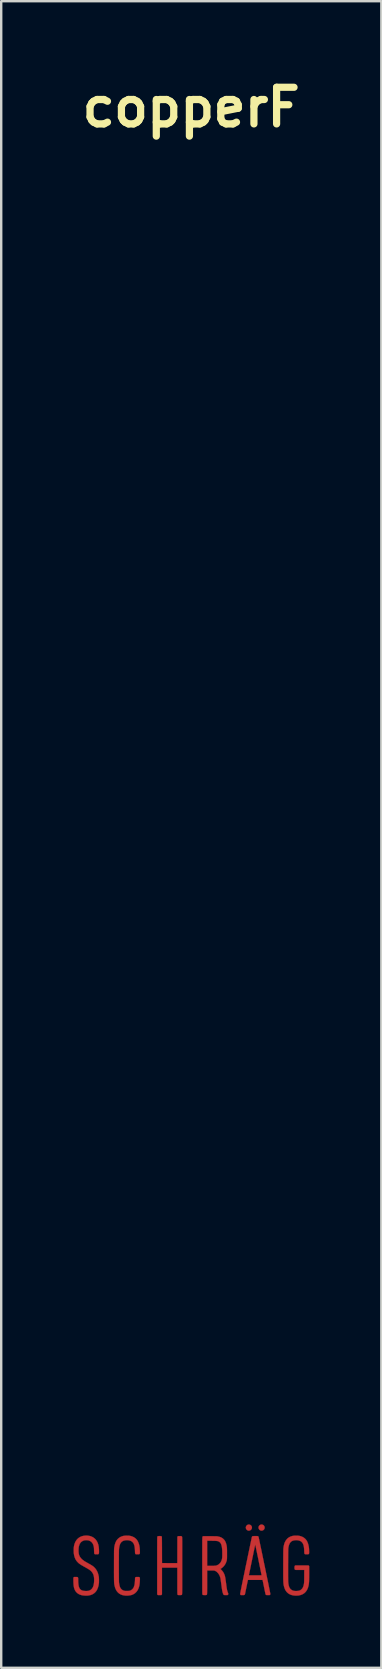
<source format=kicad_pcb>
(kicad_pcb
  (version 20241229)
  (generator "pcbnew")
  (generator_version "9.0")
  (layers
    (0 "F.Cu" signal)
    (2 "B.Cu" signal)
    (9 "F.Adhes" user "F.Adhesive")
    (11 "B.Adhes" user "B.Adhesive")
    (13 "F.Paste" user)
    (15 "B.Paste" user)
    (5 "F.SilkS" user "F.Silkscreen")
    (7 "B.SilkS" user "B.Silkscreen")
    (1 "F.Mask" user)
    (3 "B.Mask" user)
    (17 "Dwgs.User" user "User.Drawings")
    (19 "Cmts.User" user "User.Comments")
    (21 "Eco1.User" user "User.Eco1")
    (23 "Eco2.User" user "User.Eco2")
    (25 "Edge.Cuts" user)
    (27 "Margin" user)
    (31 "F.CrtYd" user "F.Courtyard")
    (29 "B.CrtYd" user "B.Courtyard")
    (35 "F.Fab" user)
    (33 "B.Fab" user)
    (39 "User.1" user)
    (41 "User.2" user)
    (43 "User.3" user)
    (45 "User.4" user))
  (footprint "copperF"
    (layer "F.Cu")
    (at 4.907 1.418)
    (property "Reference" "copperF" (at 0 0 0) (layer "F.SilkS") (effects (font (size 1.524 1.524) (thickness 0.3))))
    (attr through_hole)
    (fp_poly (pts (xy 2.425 58.991) (xy 2.453 59) (xy 2.478 59.015) (xy 2.501 59.036) (xy 2.518 59.063) (xy 2.52 59.067) (xy 2.527 59.091) (xy 2.529 59.117) (xy 2.526 59.144) (xy 2.52 59.166) (xy 2.504 59.192) (xy 2.483 59.214) (xy 2.457 59.23) (xy 2.429 59.241) (xy 2.399 59.244) (xy 2.374 59.241) (xy 2.344 59.23) (xy 2.319 59.213) (xy 2.299 59.191) (xy 2.285 59.166) (xy 2.277 59.138) (xy 2.275 59.11) (xy 2.28 59.081) (xy 2.291 59.054) (xy 2.31 59.029) (xy 2.313 59.026) (xy 2.338 59.007) (xy 2.366 58.994) (xy 2.395 58.989) (xy 2.425 58.991)) (stroke (width 0.01) (type solid)) (fill yes) (layer "F.Cu"))
    (fp_poly (pts (xy 2.955 58.991) (xy 2.984 59) (xy 3.01 59.016) (xy 3.025 59.03) (xy 3.043 59.055) (xy 3.054 59.081) (xy 3.058 59.111) (xy 3.058 59.116) (xy 3.055 59.147) (xy 3.045 59.175) (xy 3.027 59.2) (xy 3.025 59.203) (xy 3.003 59.221) (xy 2.977 59.235) (xy 2.948 59.242) (xy 2.919 59.244) (xy 2.903 59.241) (xy 2.873 59.23) (xy 2.848 59.213) (xy 2.829 59.191) (xy 2.814 59.166) (xy 2.806 59.138) (xy 2.804 59.11) (xy 2.809 59.081) (xy 2.82 59.054) (xy 2.839 59.029) (xy 2.842 59.026) (xy 2.867 59.007) (xy 2.896 58.994) (xy 2.925 58.989) (xy 2.955 58.991)) (stroke (width 0.01) (type solid)) (fill yes) (layer "F.Cu"))
    (fp_poly (pts (xy -1.284 59.47) (xy -1.262 59.472) (xy -1.245 59.476) (xy -1.233 59.481) (xy -1.225 59.488) (xy -1.222 59.493) (xy -1.221 59.496) (xy -1.221 59.503) (xy -1.22 59.515) (xy -1.219 59.531) (xy -1.219 59.553) (xy -1.218 59.579) (xy -1.218 59.612) (xy -1.217 59.65) (xy -1.217 59.695) (xy -1.216 59.746) (xy -1.216 59.804) (xy -1.216 59.87) (xy -1.215 59.944) (xy -1.215 60.025) (xy -1.215 60.048) (xy -1.213 60.594) (xy -0.576 60.596) (xy -0.575 60.048) (xy -0.574 59.5) (xy -0.546 59.472) (xy -0.481 59.471) (xy -0.451 59.47) (xy -0.429 59.471) (xy -0.413 59.473) (xy -0.401 59.477) (xy -0.392 59.482) (xy -0.385 59.49) (xy -0.381 59.497) (xy -0.38 59.498) (xy -0.379 59.5) (xy -0.379 59.502) (xy -0.378 59.506) (xy -0.377 59.51) (xy -0.377 59.516) (xy -0.376 59.524) (xy -0.376 59.534) (xy -0.375 59.546) (xy -0.375 59.561) (xy -0.375 59.579) (xy -0.374 59.601) (xy -0.374 59.625) (xy -0.374 59.654) (xy -0.373 59.687) (xy -0.373 59.724) (xy -0.373 59.766) (xy -0.373 59.814) (xy -0.373 59.866) (xy -0.373 59.924) (xy -0.373 59.988) (xy -0.373 60.059) (xy -0.373 60.135) (xy -0.373 60.219) (xy -0.373 60.31) (xy -0.373 60.408) (xy -0.373 60.514) (xy -0.373 60.628) (xy -0.373 60.697) (xy -0.373 60.816) (xy -0.373 60.928) (xy -0.373 61.032) (xy -0.373 61.128) (xy -0.373 61.217) (xy -0.373 61.299) (xy -0.373 61.374) (xy -0.373 61.442) (xy -0.373 61.505) (xy -0.373 61.562) (xy -0.373 61.613) (xy -0.373 61.659) (xy -0.374 61.7) (xy -0.374 61.736) (xy -0.375 61.768) (xy -0.375 61.795) (xy -0.376 61.819) (xy -0.376 61.84) (xy -0.377 61.857) (xy -0.378 61.871) (xy -0.379 61.883) (xy -0.38 61.892) (xy -0.381 61.899) (xy -0.382 61.905) (xy -0.384 61.909) (xy -0.385 61.911) (xy -0.387 61.913) (xy -0.389 61.915) (xy -0.391 61.916) (xy -0.393 61.917) (xy -0.395 61.918) (xy -0.395 61.918) (xy -0.404 61.921) (xy -0.42 61.923) (xy -0.44 61.925) (xy -0.463 61.926) (xy -0.487 61.926) (xy -0.509 61.925) (xy -0.529 61.924) (xy -0.545 61.922) (xy -0.554 61.919) (xy -0.554 61.919) (xy -0.557 61.917) (xy -0.56 61.915) (xy -0.562 61.913) (xy -0.564 61.91) (xy -0.566 61.906) (xy -0.568 61.901) (xy -0.57 61.893) (xy -0.571 61.884) (xy -0.572 61.871) (xy -0.573 61.855) (xy -0.574 61.836) (xy -0.574 61.812) (xy -0.575 61.784) (xy -0.575 61.751) (xy -0.575 61.713) (xy -0.576 61.668) (xy -0.576 61.618) (xy -0.576 61.56) (xy -0.576 61.496) (xy -0.576 61.424) (xy -0.576 61.344) (xy -0.576 61.337) (xy -0.576 60.786) (xy -1.215 60.786) (xy -1.215 61.896) (xy -1.229 61.911) (xy -1.244 61.925) (xy -1.385 61.925) (xy -1.414 61.896) (xy -1.414 60.7) (xy -1.414 60.581) (xy -1.414 60.469) (xy -1.414 60.366) (xy -1.414 60.27) (xy -1.414 60.182) (xy -1.414 60.1) (xy -1.414 60.026) (xy -1.414 59.957) (xy -1.414 59.895) (xy -1.413 59.839) (xy -1.413 59.788) (xy -1.413 59.742) (xy -1.413 59.702) (xy -1.413 59.666) (xy -1.413 59.634) (xy -1.412 59.607) (xy -1.412 59.584) (xy -1.412 59.563) (xy -1.411 59.547) (xy -1.411 59.533) (xy -1.41 59.521) (xy -1.41 59.512) (xy -1.409 59.506) (xy -1.409 59.5) (xy -1.408 59.497) (xy -1.408 59.494) (xy -1.407 59.493) (xy -1.407 59.492) (xy -1.4 59.484) (xy -1.391 59.478) (xy -1.378 59.474) (xy -1.36 59.471) (xy -1.337 59.47) (xy -1.314 59.47) (xy -1.284 59.47)) (stroke (width 0.01) (type solid)) (fill yes) (layer "F.Cu"))
    (fp_poly (pts (xy -4.325 59.45) (xy -4.258 59.458) (xy -4.195 59.472) (xy -4.136 59.494) (xy -4.081 59.523) (xy -4.031 59.559) (xy -3.989 59.598) (xy -3.951 59.644) (xy -3.919 59.695) (xy -3.892 59.751) (xy -3.87 59.813) (xy -3.854 59.881) (xy -3.85 59.9) (xy -3.847 59.924) (xy -3.844 59.956) (xy -3.841 59.991) (xy -3.838 60.029) (xy -3.837 60.066) (xy -3.836 60.102) (xy -3.836 60.133) (xy -3.836 60.141) (xy -3.837 60.167) (xy -3.84 60.187) (xy -3.844 60.201) (xy -3.85 60.211) (xy -3.859 60.219) (xy -3.865 60.222) (xy -3.875 60.225) (xy -3.891 60.227) (xy -3.911 60.228) (xy -3.934 60.228) (xy -3.957 60.228) (xy -3.979 60.227) (xy -3.997 60.225) (xy -4.01 60.222) (xy -4.013 60.221) (xy -4.02 60.217) (xy -4.026 60.212) (xy -4.03 60.205) (xy -4.034 60.196) (xy -4.036 60.182) (xy -4.038 60.164) (xy -4.039 60.14) (xy -4.04 60.109) (xy -4.041 60.088) (xy -4.042 60.057) (xy -4.043 60.026) (xy -4.044 59.998) (xy -4.045 59.974) (xy -4.047 59.956) (xy -4.047 59.949) (xy -4.058 59.89) (xy -4.074 59.837) (xy -4.095 59.789) (xy -4.122 59.748) (xy -4.154 59.713) (xy -4.192 59.685) (xy -4.235 59.663) (xy -4.27 59.651) (xy -4.297 59.646) (xy -4.33 59.643) (xy -4.365 59.642) (xy -4.4 59.643) (xy -4.433 59.646) (xy -4.458 59.651) (xy -4.505 59.668) (xy -4.546 59.691) (xy -4.583 59.721) (xy -4.614 59.758) (xy -4.64 59.801) (xy -4.66 59.851) (xy -4.675 59.907) (xy -4.676 59.909) (xy -4.681 59.943) (xy -4.685 59.983) (xy -4.687 60.025) (xy -4.688 60.07) (xy -4.687 60.114) (xy -4.684 60.156) (xy -4.68 60.194) (xy -4.674 60.225) (xy -4.674 60.226) (xy -4.657 60.278) (xy -4.632 60.328) (xy -4.598 60.376) (xy -4.557 60.422) (xy -4.508 60.466) (xy -4.45 60.508) (xy -4.402 60.538) (xy -4.385 60.547) (xy -4.362 60.56) (xy -4.335 60.576) (xy -4.306 60.592) (xy -4.275 60.61) (xy -4.249 60.624) (xy -4.205 60.649) (xy -4.167 60.671) (xy -4.135 60.691) (xy -4.108 60.709) (xy -4.084 60.726) (xy -4.063 60.743) (xy -4.043 60.761) (xy -4.032 60.772) (xy -3.986 60.822) (xy -3.947 60.877) (xy -3.913 60.938) (xy -3.885 61.003) (xy -3.863 61.075) (xy -3.846 61.153) (xy -3.845 61.159) (xy -3.842 61.18) (xy -3.84 61.209) (xy -3.839 61.242) (xy -3.838 61.278) (xy -3.837 61.316) (xy -3.838 61.354) (xy -3.838 61.389) (xy -3.84 61.42) (xy -3.842 61.446) (xy -3.843 61.453) (xy -3.856 61.528) (xy -3.874 61.596) (xy -3.896 61.657) (xy -3.922 61.712) (xy -3.953 61.761) (xy -3.988 61.804) (xy -4.029 61.842) (xy -4.04 61.851) (xy -4.087 61.882) (xy -4.138 61.907) (xy -4.193 61.926) (xy -4.254 61.939) (xy -4.319 61.947) (xy -4.39 61.948) (xy -4.437 61.946) (xy -4.504 61.94) (xy -4.565 61.928) (xy -4.62 61.911) (xy -4.669 61.89) (xy -4.715 61.862) (xy -4.756 61.829) (xy -4.77 61.815) (xy -4.804 61.776) (xy -4.833 61.73) (xy -4.857 61.678) (xy -4.875 61.621) (xy -4.887 61.559) (xy -4.887 61.559) (xy -4.892 61.52) (xy -4.896 61.474) (xy -4.899 61.424) (xy -4.901 61.369) (xy -4.902 61.313) (xy -4.902 61.291) (xy -4.902 61.2) (xy -4.873 61.172) (xy -4.804 61.172) (xy -4.774 61.172) (xy -4.751 61.173) (xy -4.733 61.176) (xy -4.721 61.182) (xy -4.712 61.192) (xy -4.707 61.206) (xy -4.704 61.226) (xy -4.703 61.253) (xy -4.703 61.287) (xy -4.702 61.343) (xy -4.7 61.397) (xy -4.696 61.449) (xy -4.691 61.495) (xy -4.688 61.513) (xy -4.678 61.564) (xy -4.664 61.608) (xy -4.645 61.646) (xy -4.622 61.678) (xy -4.594 61.704) (xy -4.56 61.724) (xy -4.521 61.739) (xy -4.475 61.749) (xy -4.423 61.754) (xy -4.364 61.755) (xy -4.353 61.755) (xy -4.326 61.754) (xy -4.305 61.752) (xy -4.288 61.75) (xy -4.273 61.748) (xy -4.259 61.744) (xy -4.251 61.741) (xy -4.208 61.723) (xy -4.171 61.699) (xy -4.138 61.668) (xy -4.109 61.63) (xy -4.086 61.586) (xy -4.067 61.535) (xy -4.053 61.476) (xy -4.044 61.411) (xy -4.039 61.339) (xy -4.038 61.299) (xy -4.04 61.236) (xy -4.045 61.18) (xy -4.054 61.129) (xy -4.067 61.083) (xy -4.085 61.041) (xy -4.108 61) (xy -4.128 60.972) (xy -4.143 60.953) (xy -4.159 60.935) (xy -4.177 60.917) (xy -4.198 60.9) (xy -4.222 60.882) (xy -4.25 60.862) (xy -4.282 60.841) (xy -4.32 60.819) (xy -4.364 60.793) (xy -4.415 60.765) (xy -4.429 60.757) (xy -4.479 60.729) (xy -4.522 60.704) (xy -4.56 60.682) (xy -4.592 60.662) (xy -4.62 60.644) (xy -4.644 60.627) (xy -4.666 60.611) (xy -4.685 60.595) (xy -4.704 60.578) (xy -4.718 60.564) (xy -4.761 60.516) (xy -4.798 60.463) (xy -4.828 60.407) (xy -4.852 60.345) (xy -4.87 60.278) (xy -4.882 60.205) (xy -4.885 60.182) (xy -4.887 60.157) (xy -4.888 60.126) (xy -4.889 60.091) (xy -4.889 60.055) (xy -4.889 60.02) (xy -4.888 59.987) (xy -4.887 59.959) (xy -4.885 59.942) (xy -4.874 59.869) (xy -4.856 59.8) (xy -4.832 59.737) (xy -4.803 59.68) (xy -4.768 59.629) (xy -4.727 59.583) (xy -4.681 59.544) (xy -4.629 59.511) (xy -4.573 59.485) (xy -4.555 59.479) (xy -4.503 59.464) (xy -4.445 59.454) (xy -4.396 59.45) (xy -4.325 59.45)) (stroke (width 0.01) (type solid)) (fill yes) (layer "F.Cu"))
    (fp_poly (pts (xy -2.631 59.452) (xy -2.597 59.453) (xy -2.568 59.456) (xy -2.554 59.458) (xy -2.489 59.474) (xy -2.429 59.496) (xy -2.375 59.524) (xy -2.327 59.558) (xy -2.284 59.598) (xy -2.247 59.644) (xy -2.217 59.695) (xy -2.206 59.719) (xy -2.188 59.763) (xy -2.173 59.807) (xy -2.161 59.852) (xy -2.152 59.899) (xy -2.145 59.95) (xy -2.14 60.007) (xy -2.136 60.07) (xy -2.135 60.09) (xy -2.134 60.128) (xy -2.134 60.158) (xy -2.136 60.181) (xy -2.139 60.199) (xy -2.146 60.211) (xy -2.156 60.219) (xy -2.17 60.224) (xy -2.188 60.227) (xy -2.213 60.228) (xy -2.235 60.228) (xy -2.264 60.227) (xy -2.286 60.226) (xy -2.303 60.224) (xy -2.316 60.218) (xy -2.325 60.209) (xy -2.331 60.195) (xy -2.334 60.176) (xy -2.337 60.151) (xy -2.338 60.118) (xy -2.338 60.103) (xy -2.341 60.038) (xy -2.346 59.98) (xy -2.352 59.93) (xy -2.36 59.885) (xy -2.37 59.846) (xy -2.383 59.811) (xy -2.398 59.779) (xy -2.413 59.754) (xy -2.441 59.721) (xy -2.475 59.693) (xy -2.514 59.671) (xy -2.559 59.655) (xy -2.608 59.644) (xy -2.662 59.641) (xy -2.72 59.643) (xy -2.723 59.643) (xy -2.772 59.651) (xy -2.815 59.663) (xy -2.853 59.681) (xy -2.887 59.705) (xy -2.916 59.734) (xy -2.94 59.769) (xy -2.961 59.811) (xy -2.977 59.86) (xy -2.99 59.915) (xy -3 59.978) (xy -3.006 60.041) (xy -3.006 60.054) (xy -3.007 60.075) (xy -3.007 60.103) (xy -3.008 60.137) (xy -3.008 60.178) (xy -3.008 60.223) (xy -3.009 60.274) (xy -3.009 60.329) (xy -3.009 60.387) (xy -3.009 60.448) (xy -3.01 60.512) (xy -3.01 60.577) (xy -3.01 60.644) (xy -3.01 60.711) (xy -3.01 60.779) (xy -3.01 60.845) (xy -3.01 60.911) (xy -3.01 60.974) (xy -3.009 61.036) (xy -3.009 61.094) (xy -3.009 61.149) (xy -3.009 61.199) (xy -3.008 61.245) (xy -3.008 61.285) (xy -3.007 61.32) (xy -3.007 61.348) (xy -3.006 61.369) (xy -3.006 61.382) (xy -3.006 61.383) (xy -2.999 61.444) (xy -2.989 61.5) (xy -2.977 61.549) (xy -2.963 61.591) (xy -2.946 61.626) (xy -2.944 61.63) (xy -2.925 61.656) (xy -2.903 61.681) (xy -2.878 61.702) (xy -2.854 61.719) (xy -2.851 61.721) (xy -2.834 61.729) (xy -2.813 61.737) (xy -2.792 61.744) (xy -2.792 61.744) (xy -2.779 61.747) (xy -2.767 61.75) (xy -2.754 61.752) (xy -2.739 61.753) (xy -2.719 61.753) (xy -2.694 61.754) (xy -2.675 61.754) (xy -2.639 61.753) (xy -2.609 61.752) (xy -2.584 61.75) (xy -2.562 61.746) (xy -2.543 61.74) (xy -2.523 61.732) (xy -2.504 61.723) (xy -2.476 61.705) (xy -2.448 61.681) (xy -2.424 61.654) (xy -2.404 61.626) (xy -2.403 61.625) (xy -2.39 61.596) (xy -2.377 61.562) (xy -2.365 61.525) (xy -2.356 61.488) (xy -2.352 61.464) (xy -2.348 61.428) (xy -2.344 61.387) (xy -2.34 61.344) (xy -2.338 61.303) (xy -2.337 61.266) (xy -2.337 61.257) (xy -2.336 61.231) (xy -2.334 61.21) (xy -2.329 61.195) (xy -2.321 61.185) (xy -2.308 61.178) (xy -2.29 61.174) (xy -2.265 61.172) (xy -2.233 61.172) (xy -2.232 61.172) (xy -2.207 61.172) (xy -2.186 61.173) (xy -2.17 61.175) (xy -2.157 61.179) (xy -2.147 61.186) (xy -2.14 61.197) (xy -2.136 61.213) (xy -2.134 61.233) (xy -2.133 61.259) (xy -2.134 61.292) (xy -2.137 61.332) (xy -2.138 61.356) (xy -2.143 61.42) (xy -2.15 61.478) (xy -2.158 61.529) (xy -2.17 61.577) (xy -2.184 61.622) (xy -2.197 61.656) (xy -2.22 61.706) (xy -2.247 61.75) (xy -2.278 61.79) (xy -2.288 61.801) (xy -2.33 61.841) (xy -2.376 61.874) (xy -2.426 61.901) (xy -2.481 61.922) (xy -2.542 61.936) (xy -2.608 61.945) (xy -2.65 61.948) (xy -2.676 61.948) (xy -2.703 61.948) (xy -2.729 61.947) (xy -2.745 61.946) (xy -2.811 61.937) (xy -2.871 61.923) (xy -2.926 61.902) (xy -2.976 61.875) (xy -3.021 61.842) (xy -3.04 61.825) (xy -3.073 61.79) (xy -3.102 61.752) (xy -3.127 61.71) (xy -3.149 61.664) (xy -3.168 61.611) (xy -3.181 61.561) (xy -3.185 61.545) (xy -3.189 61.529) (xy -3.192 61.514) (xy -3.195 61.498) (xy -3.198 61.481) (xy -3.201 61.463) (xy -3.203 61.444) (xy -3.205 61.422) (xy -3.206 61.398) (xy -3.208 61.371) (xy -3.209 61.341) (xy -3.21 61.307) (xy -3.211 61.269) (xy -3.211 61.227) (xy -3.212 61.179) (xy -3.212 61.126) (xy -3.212 61.067) (xy -3.213 61.002) (xy -3.213 60.93) (xy -3.212 60.851) (xy -3.212 60.764) (xy -3.212 60.67) (xy -3.212 60.647) (xy -3.212 60.561) (xy -3.212 60.483) (xy -3.211 60.413) (xy -3.211 60.35) (xy -3.211 60.293) (xy -3.211 60.243) (xy -3.211 60.199) (xy -3.21 60.16) (xy -3.21 60.126) (xy -3.21 60.096) (xy -3.209 60.071) (xy -3.209 60.049) (xy -3.208 60.031) (xy -3.208 60.015) (xy -3.207 60.001) (xy -3.206 59.99) (xy -3.205 59.98) (xy -3.205 59.97) (xy -3.203 59.962) (xy -3.202 59.953) (xy -3.201 59.946) (xy -3.189 59.874) (xy -3.173 59.809) (xy -3.154 59.751) (xy -3.131 59.699) (xy -3.105 59.652) (xy -3.074 59.611) (xy -3.052 59.588) (xy -3.008 59.548) (xy -2.96 59.516) (xy -2.907 59.49) (xy -2.849 59.47) (xy -2.798 59.459) (xy -2.772 59.455) (xy -2.741 59.453) (xy -2.705 59.451) (xy -2.668 59.451) (xy -2.631 59.452)) (stroke (width 0.01) (type solid)) (fill yes) (layer "F.Cu"))
    (fp_poly (pts (xy 2.699 59.47) (xy 2.725 59.47) (xy 2.744 59.47) (xy 2.757 59.471) (xy 2.767 59.472) (xy 2.774 59.474) (xy 2.779 59.476) (xy 2.784 59.478) (xy 2.786 59.479) (xy 2.797 59.49) (xy 2.805 59.502) (xy 2.805 59.504) (xy 2.807 59.509) (xy 2.81 59.522) (xy 2.814 59.543) (xy 2.82 59.572) (xy 2.828 59.607) (xy 2.837 59.648) (xy 2.847 59.697) (xy 2.858 59.751) (xy 2.87 59.81) (xy 2.884 59.875) (xy 2.899 59.945) (xy 2.914 60.019) (xy 2.931 60.098) (xy 2.948 60.181) (xy 2.966 60.267) (xy 2.984 60.356) (xy 3.004 60.449) (xy 3.023 60.544) (xy 3.043 60.641) (xy 3.055 60.695) (xy 3.082 60.827) (xy 3.107 60.95) (xy 3.131 61.065) (xy 3.153 61.173) (xy 3.174 61.272) (xy 3.192 61.363) (xy 3.21 61.447) (xy 3.225 61.523) (xy 3.239 61.592) (xy 3.251 61.653) (xy 3.262 61.707) (xy 3.272 61.754) (xy 3.279 61.793) (xy 3.286 61.826) (xy 3.29 61.851) (xy 3.294 61.87) (xy 3.296 61.882) (xy 3.296 61.887) (xy 3.296 61.887) (xy 3.29 61.903) (xy 3.281 61.914) (xy 3.268 61.925) (xy 3.196 61.925) (xy 3.17 61.925) (xy 3.151 61.925) (xy 3.138 61.924) (xy 3.128 61.923) (xy 3.122 61.921) (xy 3.117 61.918) (xy 3.112 61.914) (xy 3.112 61.914) (xy 3.102 61.903) (xy 3.095 61.889) (xy 3.095 61.888) (xy 3.093 61.881) (xy 3.09 61.867) (xy 3.086 61.846) (xy 3.08 61.818) (xy 3.073 61.786) (xy 3.065 61.748) (xy 3.057 61.707) (xy 3.048 61.663) (xy 3.038 61.616) (xy 3.033 61.593) (xy 3.024 61.545) (xy 3.014 61.5) (xy 3.006 61.458) (xy 2.998 61.419) (xy 2.991 61.385) (xy 2.985 61.356) (xy 2.98 61.332) (xy 2.976 61.315) (xy 2.974 61.306) (xy 2.974 61.304) (xy 2.972 61.294) (xy 2.362 61.294) (xy 2.36 61.304) (xy 2.359 61.31) (xy 2.356 61.323) (xy 2.352 61.343) (xy 2.346 61.369) (xy 2.34 61.401) (xy 2.332 61.438) (xy 2.324 61.479) (xy 2.315 61.523) (xy 2.305 61.57) (xy 2.299 61.601) (xy 2.289 61.649) (xy 2.279 61.695) (xy 2.27 61.738) (xy 2.262 61.777) (xy 2.255 61.812) (xy 2.249 61.842) (xy 2.244 61.866) (xy 2.24 61.883) (xy 2.238 61.894) (xy 2.237 61.896) (xy 2.232 61.904) (xy 2.224 61.913) (xy 2.222 61.914) (xy 2.217 61.918) (xy 2.212 61.921) (xy 2.206 61.923) (xy 2.196 61.924) (xy 2.183 61.925) (xy 2.164 61.925) (xy 2.138 61.925) (xy 2.066 61.925) (xy 2.053 61.914) (xy 2.042 61.899) (xy 2.038 61.887) (xy 2.038 61.882) (xy 2.04 61.871) (xy 2.043 61.853) (xy 2.048 61.829) (xy 2.054 61.797) (xy 2.061 61.759) (xy 2.07 61.714) (xy 2.081 61.662) (xy 2.093 61.603) (xy 2.106 61.536) (xy 2.121 61.462) (xy 2.138 61.381) (xy 2.156 61.292) (xy 2.176 61.195) (xy 2.196 61.098) (xy 2.402 61.098) (xy 2.403 61.099) (xy 2.406 61.1) (xy 2.411 61.101) (xy 2.42 61.102) (xy 2.432 61.103) (xy 2.448 61.103) (xy 2.469 61.103) (xy 2.495 61.104) (xy 2.528 61.104) (xy 2.567 61.104) (xy 2.613 61.104) (xy 2.667 61.104) (xy 2.723 61.104) (xy 2.771 61.104) (xy 2.812 61.104) (xy 2.846 61.103) (xy 2.873 61.103) (xy 2.895 61.103) (xy 2.911 61.102) (xy 2.922 61.101) (xy 2.929 61.1) (xy 2.932 61.099) (xy 2.933 61.099) (xy 2.932 61.094) (xy 2.929 61.081) (xy 2.925 61.062) (xy 2.919 61.035) (xy 2.912 61.001) (xy 2.904 60.962) (xy 2.895 60.917) (xy 2.884 60.867) (xy 2.873 60.812) (xy 2.861 60.753) (xy 2.848 60.691) (xy 2.835 60.624) (xy 2.82 60.556) (xy 2.806 60.484) (xy 2.8 60.455) (xy 2.783 60.372) (xy 2.767 60.293) (xy 2.751 60.219) (xy 2.737 60.151) (xy 2.724 60.088) (xy 2.712 60.032) (xy 2.701 59.981) (xy 2.692 59.937) (xy 2.684 59.9) (xy 2.677 59.87) (xy 2.672 59.847) (xy 2.669 59.832) (xy 2.666 59.825) (xy 2.666 59.824) (xy 2.665 59.829) (xy 2.662 59.842) (xy 2.658 59.862) (xy 2.652 59.889) (xy 2.645 59.923) (xy 2.637 59.962) (xy 2.627 60.007) (xy 2.617 60.058) (xy 2.605 60.112) (xy 2.593 60.171) (xy 2.58 60.234) (xy 2.567 60.3) (xy 2.552 60.369) (xy 2.538 60.44) (xy 2.534 60.46) (xy 2.519 60.532) (xy 2.504 60.602) (xy 2.491 60.668) (xy 2.478 60.732) (xy 2.465 60.792) (xy 2.454 60.848) (xy 2.443 60.9) (xy 2.433 60.946) (xy 2.425 60.987) (xy 2.418 61.023) (xy 2.411 61.052) (xy 2.407 61.074) (xy 2.404 61.089) (xy 2.402 61.096) (xy 2.402 61.097) (xy 2.402 61.098) (xy 2.196 61.098) (xy 2.198 61.09) (xy 2.221 60.978) (xy 2.246 60.857) (xy 2.272 60.728) (xy 2.279 60.695) (xy 2.3 60.597) (xy 2.32 60.501) (xy 2.339 60.407) (xy 2.358 60.316) (xy 2.376 60.228) (xy 2.394 60.143) (xy 2.411 60.062) (xy 2.427 59.985) (xy 2.442 59.913) (xy 2.456 59.845) (xy 2.469 59.783) (xy 2.481 59.725) (xy 2.492 59.674) (xy 2.502 59.629) (xy 2.51 59.59) (xy 2.517 59.558) (xy 2.522 59.533) (xy 2.526 59.515) (xy 2.528 59.506) (xy 2.529 59.504) (xy 2.536 59.491) (xy 2.547 59.481) (xy 2.548 59.479) (xy 2.553 59.476) (xy 2.558 59.474) (xy 2.564 59.473) (xy 2.573 59.471) (xy 2.585 59.471) (xy 2.602 59.47) (xy 2.625 59.47) (xy 2.655 59.47) (xy 2.667 59.47) (xy 2.699 59.47)) (stroke (width 0.01) (type solid)) (fill yes) (layer "F.Cu"))
    (fp_poly (pts (xy 4.411 59.452) (xy 4.444 59.453) (xy 4.472 59.456) (xy 4.494 59.459) (xy 4.557 59.474) (xy 4.615 59.495) (xy 4.669 59.523) (xy 4.717 59.557) (xy 4.759 59.595) (xy 4.795 59.639) (xy 4.802 59.649) (xy 4.825 59.688) (xy 4.845 59.733) (xy 4.864 59.782) (xy 4.879 59.834) (xy 4.889 59.876) (xy 4.894 59.906) (xy 4.899 59.933) (xy 4.902 59.96) (xy 4.905 59.988) (xy 4.907 60.02) (xy 4.908 60.056) (xy 4.909 60.09) (xy 4.91 60.128) (xy 4.91 60.158) (xy 4.909 60.181) (xy 4.906 60.199) (xy 4.899 60.211) (xy 4.89 60.219) (xy 4.877 60.224) (xy 4.859 60.227) (xy 4.836 60.228) (xy 4.81 60.228) (xy 4.783 60.227) (xy 4.762 60.226) (xy 4.747 60.224) (xy 4.736 60.221) (xy 4.728 60.216) (xy 4.721 60.209) (xy 4.718 60.205) (xy 4.715 60.2) (xy 4.713 60.195) (xy 4.711 60.187) (xy 4.71 60.176) (xy 4.709 60.16) (xy 4.708 60.138) (xy 4.707 60.109) (xy 4.707 60.106) (xy 4.704 60.044) (xy 4.701 59.99) (xy 4.695 59.943) (xy 4.689 59.901) (xy 4.681 59.864) (xy 4.67 59.831) (xy 4.658 59.8) (xy 4.647 59.778) (xy 4.631 59.752) (xy 4.608 59.726) (xy 4.583 59.702) (xy 4.556 59.683) (xy 4.544 59.676) (xy 4.507 59.661) (xy 4.465 59.65) (xy 4.42 59.643) (xy 4.374 59.64) (xy 4.328 59.642) (xy 4.283 59.649) (xy 4.241 59.659) (xy 4.205 59.674) (xy 4.183 59.686) (xy 4.152 59.71) (xy 4.125 59.74) (xy 4.102 59.774) (xy 4.083 59.814) (xy 4.067 59.861) (xy 4.054 59.914) (xy 4.044 59.975) (xy 4.042 59.993) (xy 4.042 60.003) (xy 4.041 60.021) (xy 4.04 60.047) (xy 4.04 60.079) (xy 4.039 60.117) (xy 4.038 60.161) (xy 4.038 60.21) (xy 4.037 60.264) (xy 4.037 60.321) (xy 4.037 60.381) (xy 4.036 60.444) (xy 4.036 60.509) (xy 4.036 60.575) (xy 4.035 60.643) (xy 4.035 60.71) (xy 4.035 60.778) (xy 4.035 60.844) (xy 4.035 60.91) (xy 4.035 60.973) (xy 4.035 61.033) (xy 4.035 61.09) (xy 4.035 61.144) (xy 4.036 61.193) (xy 4.036 61.237) (xy 4.036 61.276) (xy 4.037 61.309) (xy 4.037 61.335) (xy 4.038 61.354) (xy 4.038 61.361) (xy 4.044 61.427) (xy 4.053 61.485) (xy 4.064 61.537) (xy 4.078 61.581) (xy 4.096 61.62) (xy 4.117 61.653) (xy 4.143 61.682) (xy 4.172 61.705) (xy 4.205 61.725) (xy 4.208 61.726) (xy 4.237 61.739) (xy 4.269 61.747) (xy 4.305 61.753) (xy 4.346 61.755) (xy 4.386 61.755) (xy 4.432 61.752) (xy 4.471 61.747) (xy 4.504 61.739) (xy 4.534 61.727) (xy 4.561 61.711) (xy 4.587 61.69) (xy 4.6 61.678) (xy 4.626 61.648) (xy 4.648 61.612) (xy 4.666 61.57) (xy 4.681 61.522) (xy 4.693 61.466) (xy 4.697 61.438) (xy 4.699 61.426) (xy 4.7 61.413) (xy 4.701 61.397) (xy 4.702 61.378) (xy 4.703 61.356) (xy 4.704 61.329) (xy 4.705 61.296) (xy 4.705 61.258) (xy 4.706 61.213) (xy 4.706 61.161) (xy 4.706 61.135) (xy 4.708 60.88) (xy 4.525 60.88) (xy 4.48 60.88) (xy 4.444 60.879) (xy 4.414 60.879) (xy 4.39 60.879) (xy 4.372 60.879) (xy 4.358 60.878) (xy 4.348 60.877) (xy 4.34 60.876) (xy 4.335 60.875) (xy 4.331 60.873) (xy 4.327 60.871) (xy 4.316 60.862) (xy 4.309 60.85) (xy 4.304 60.834) (xy 4.302 60.812) (xy 4.301 60.792) (xy 4.302 60.763) (xy 4.304 60.741) (xy 4.307 60.724) (xy 4.312 60.712) (xy 4.32 60.703) (xy 4.322 60.701) (xy 4.335 60.689) (xy 4.882 60.689) (xy 4.896 60.703) (xy 4.911 60.718) (xy 4.911 61.011) (xy 4.911 61.063) (xy 4.91 61.113) (xy 4.91 61.162) (xy 4.91 61.208) (xy 4.909 61.25) (xy 4.909 61.289) (xy 4.908 61.321) (xy 4.907 61.348) (xy 4.907 61.367) (xy 4.906 61.373) (xy 4.901 61.436) (xy 4.894 61.492) (xy 4.883 61.544) (xy 4.87 61.593) (xy 4.854 61.64) (xy 4.845 61.663) (xy 4.816 61.72) (xy 4.782 61.771) (xy 4.743 61.816) (xy 4.698 61.854) (xy 4.647 61.886) (xy 4.592 61.911) (xy 4.531 61.93) (xy 4.466 61.943) (xy 4.396 61.948) (xy 4.321 61.947) (xy 4.31 61.946) (xy 4.241 61.938) (xy 4.179 61.923) (xy 4.121 61.902) (xy 4.069 61.874) (xy 4.022 61.84) (xy 3.986 61.806) (xy 3.954 61.767) (xy 3.925 61.724) (xy 3.901 61.676) (xy 3.881 61.622) (xy 3.865 61.569) (xy 3.861 61.552) (xy 3.857 61.535) (xy 3.854 61.518) (xy 3.85 61.502) (xy 3.847 61.484) (xy 3.845 61.465) (xy 3.842 61.444) (xy 3.84 61.421) (xy 3.839 61.396) (xy 3.837 61.368) (xy 3.836 61.336) (xy 3.835 61.301) (xy 3.834 61.262) (xy 3.833 61.218) (xy 3.832 61.168) (xy 3.832 61.114) (xy 3.832 61.053) (xy 3.832 60.986) (xy 3.832 60.913) (xy 3.832 60.832) (xy 3.832 60.744) (xy 3.832 60.648) (xy 3.832 60.638) (xy 3.833 60.551) (xy 3.833 60.472) (xy 3.833 60.401) (xy 3.833 60.336) (xy 3.834 60.278) (xy 3.834 60.227) (xy 3.834 60.181) (xy 3.835 60.14) (xy 3.835 60.104) (xy 3.836 60.073) (xy 3.837 60.045) (xy 3.838 60.021) (xy 3.839 60) (xy 3.84 59.981) (xy 3.841 59.965) (xy 3.843 59.95) (xy 3.845 59.936) (xy 3.847 59.922) (xy 3.849 59.91) (xy 3.851 59.896) (xy 3.854 59.882) (xy 3.857 59.868) (xy 3.874 59.797) (xy 3.897 59.733) (xy 3.926 59.676) (xy 3.96 59.625) (xy 3.999 59.58) (xy 4.043 59.542) (xy 4.094 59.51) (xy 4.149 59.485) (xy 4.211 59.466) (xy 4.257 59.457) (xy 4.279 59.454) (xy 4.308 59.452) (xy 4.341 59.451) (xy 4.376 59.451) (xy 4.411 59.452)) (stroke (width 0.01) (type solid)) (fill yes) (layer "F.Cu"))
    (fp_poly (pts (xy 0.783 59.475) (xy 0.84 59.476) (xy 0.888 59.476) (xy 0.93 59.476) (xy 0.966 59.477) (xy 0.995 59.477) (xy 1.02 59.478) (xy 1.041 59.478) (xy 1.058 59.479) (xy 1.072 59.48) (xy 1.083 59.481) (xy 1.094 59.482) (xy 1.103 59.484) (xy 1.113 59.485) (xy 1.115 59.486) (xy 1.17 59.498) (xy 1.219 59.514) (xy 1.262 59.534) (xy 1.302 59.558) (xy 1.304 59.559) (xy 1.322 59.573) (xy 1.342 59.592) (xy 1.363 59.613) (xy 1.382 59.634) (xy 1.396 59.652) (xy 1.418 59.691) (xy 1.439 59.736) (xy 1.456 59.787) (xy 1.47 59.842) (xy 1.473 59.853) (xy 1.477 59.875) (xy 1.48 59.895) (xy 1.483 59.914) (xy 1.486 59.934) (xy 1.488 59.956) (xy 1.489 59.979) (xy 1.49 60.006) (xy 1.491 60.037) (xy 1.492 60.073) (xy 1.492 60.115) (xy 1.492 60.164) (xy 1.492 60.204) (xy 1.492 60.257) (xy 1.492 60.302) (xy 1.492 60.34) (xy 1.491 60.373) (xy 1.49 60.4) (xy 1.489 60.423) (xy 1.487 60.443) (xy 1.485 60.461) (xy 1.482 60.477) (xy 1.479 60.492) (xy 1.474 60.507) (xy 1.469 60.523) (xy 1.464 60.538) (xy 1.441 60.598) (xy 1.411 60.652) (xy 1.375 60.703) (xy 1.336 60.747) (xy 1.317 60.764) (xy 1.296 60.783) (xy 1.275 60.8) (xy 1.254 60.815) (xy 1.236 60.827) (xy 1.223 60.834) (xy 1.222 60.835) (xy 1.223 60.838) (xy 1.229 60.846) (xy 1.239 60.858) (xy 1.253 60.872) (xy 1.256 60.876) (xy 1.285 60.906) (xy 1.308 60.934) (xy 1.328 60.961) (xy 1.346 60.99) (xy 1.363 61.024) (xy 1.369 61.036) (xy 1.378 61.055) (xy 1.385 61.073) (xy 1.392 61.092) (xy 1.399 61.112) (xy 1.405 61.134) (xy 1.41 61.158) (xy 1.416 61.186) (xy 1.422 61.218) (xy 1.428 61.255) (xy 1.434 61.297) (xy 1.441 61.346) (xy 1.448 61.402) (xy 1.454 61.445) (xy 1.461 61.502) (xy 1.468 61.551) (xy 1.474 61.594) (xy 1.479 61.63) (xy 1.484 61.662) (xy 1.489 61.689) (xy 1.494 61.713) (xy 1.499 61.734) (xy 1.504 61.754) (xy 1.51 61.773) (xy 1.517 61.791) (xy 1.524 61.811) (xy 1.531 61.828) (xy 1.54 61.853) (xy 1.544 61.872) (xy 1.544 61.887) (xy 1.54 61.899) (xy 1.531 61.911) (xy 1.516 61.925) (xy 1.444 61.925) (xy 1.413 61.925) (xy 1.391 61.924) (xy 1.374 61.922) (xy 1.361 61.919) (xy 1.352 61.913) (xy 1.345 61.905) (xy 1.339 61.893) (xy 1.334 61.881) (xy 1.326 61.86) (xy 1.318 61.839) (xy 1.311 61.817) (xy 1.305 61.792) (xy 1.298 61.765) (xy 1.292 61.734) (xy 1.286 61.699) (xy 1.28 61.659) (xy 1.273 61.614) (xy 1.266 61.561) (xy 1.258 61.502) (xy 1.253 61.466) (xy 1.248 61.424) (xy 1.242 61.385) (xy 1.237 61.347) (xy 1.233 61.313) (xy 1.229 61.284) (xy 1.225 61.26) (xy 1.223 61.243) (xy 1.221 61.234) (xy 1.207 61.18) (xy 1.188 61.128) (xy 1.164 61.08) (xy 1.136 61.036) (xy 1.104 60.997) (xy 1.07 60.963) (xy 1.033 60.936) (xy 0.995 60.916) (xy 0.967 60.907) (xy 0.958 60.905) (xy 0.947 60.904) (xy 0.932 60.903) (xy 0.914 60.902) (xy 0.89 60.901) (xy 0.859 60.901) (xy 0.822 60.901) (xy 0.803 60.901) (xy 0.665 60.901) (xy 0.665 61.392) (xy 0.665 61.469) (xy 0.665 61.538) (xy 0.665 61.599) (xy 0.665 61.653) (xy 0.664 61.7) (xy 0.664 61.741) (xy 0.664 61.776) (xy 0.663 61.806) (xy 0.663 61.832) (xy 0.662 61.852) (xy 0.661 61.869) (xy 0.66 61.883) (xy 0.658 61.893) (xy 0.657 61.901) (xy 0.655 61.907) (xy 0.652 61.911) (xy 0.65 61.913) (xy 0.647 61.915) (xy 0.643 61.917) (xy 0.639 61.919) (xy 0.639 61.919) (xy 0.629 61.922) (xy 0.613 61.924) (xy 0.592 61.925) (xy 0.569 61.925) (xy 0.546 61.925) (xy 0.523 61.924) (xy 0.505 61.923) (xy 0.491 61.921) (xy 0.486 61.919) (xy 0.477 61.911) (xy 0.469 61.9) (xy 0.468 61.898) (xy 0.468 61.896) (xy 0.467 61.893) (xy 0.466 61.889) (xy 0.466 61.883) (xy 0.465 61.875) (xy 0.465 61.865) (xy 0.464 61.853) (xy 0.464 61.838) (xy 0.464 61.819) (xy 0.463 61.798) (xy 0.463 61.772) (xy 0.463 61.743) (xy 0.463 61.709) (xy 0.462 61.671) (xy 0.462 61.628) (xy 0.462 61.58) (xy 0.462 61.527) (xy 0.462 61.467) (xy 0.462 61.402) (xy 0.462 61.331) (xy 0.462 61.253) (xy 0.462 61.168) (xy 0.461 61.075) (xy 0.461 60.976) (xy 0.461 60.868) (xy 0.461 60.753) (xy 0.461 60.706) (xy 0.665 60.706) (xy 0.833 60.706) (xy 0.876 60.706) (xy 0.911 60.706) (xy 0.94 60.706) (xy 0.963 60.705) (xy 0.982 60.705) (xy 0.997 60.704) (xy 1.009 60.703) (xy 1.019 60.701) (xy 1.029 60.699) (xy 1.036 60.698) (xy 1.084 60.682) (xy 1.128 60.659) (xy 1.167 60.629) (xy 1.202 60.594) (xy 1.232 60.552) (xy 1.256 60.506) (xy 1.275 60.454) (xy 1.287 60.399) (xy 1.291 60.366) (xy 1.293 60.339) (xy 1.294 60.305) (xy 1.295 60.266) (xy 1.295 60.223) (xy 1.295 60.178) (xy 1.294 60.133) (xy 1.293 60.088) (xy 1.291 60.054) (xy 1.286 59.986) (xy 1.279 59.926) (xy 1.268 59.873) (xy 1.255 59.828) (xy 1.238 59.788) (xy 1.218 59.755) (xy 1.194 59.728) (xy 1.166 59.707) (xy 1.134 59.69) (xy 1.102 59.679) (xy 1.082 59.675) (xy 1.053 59.672) (xy 1.016 59.669) (xy 0.971 59.667) (xy 0.917 59.666) (xy 0.855 59.665) (xy 0.808 59.665) (xy 0.665 59.665) (xy 0.665 60.706) (xy 0.461 60.706) (xy 0.461 60.702) (xy 0.461 60.583) (xy 0.461 60.471) (xy 0.461 60.368) (xy 0.461 60.272) (xy 0.461 60.183) (xy 0.461 60.102) (xy 0.462 60.027) (xy 0.462 59.959) (xy 0.462 59.896) (xy 0.462 59.84) (xy 0.462 59.789) (xy 0.462 59.743) (xy 0.463 59.702) (xy 0.463 59.666) (xy 0.463 59.635) (xy 0.464 59.607) (xy 0.465 59.583) (xy 0.465 59.563) (xy 0.466 59.546) (xy 0.467 59.532) (xy 0.468 59.52) (xy 0.469 59.511) (xy 0.47 59.503) (xy 0.472 59.498) (xy 0.473 59.494) (xy 0.475 59.491) (xy 0.476 59.489) (xy 0.478 59.487) (xy 0.48 59.486) (xy 0.482 59.485) (xy 0.485 59.483) (xy 0.485 59.483) (xy 0.497 59.474) (xy 0.783 59.475)) (stroke (width 0.01) (type solid)) (fill yes) (layer "F.Cu")))
  (gr_rect
    (start -3 -3)
    (end 12.823 66.371)
    (stroke (width 0.1) (type default))
    (fill no)
    (layer "Edge.Cuts")))
</source>
